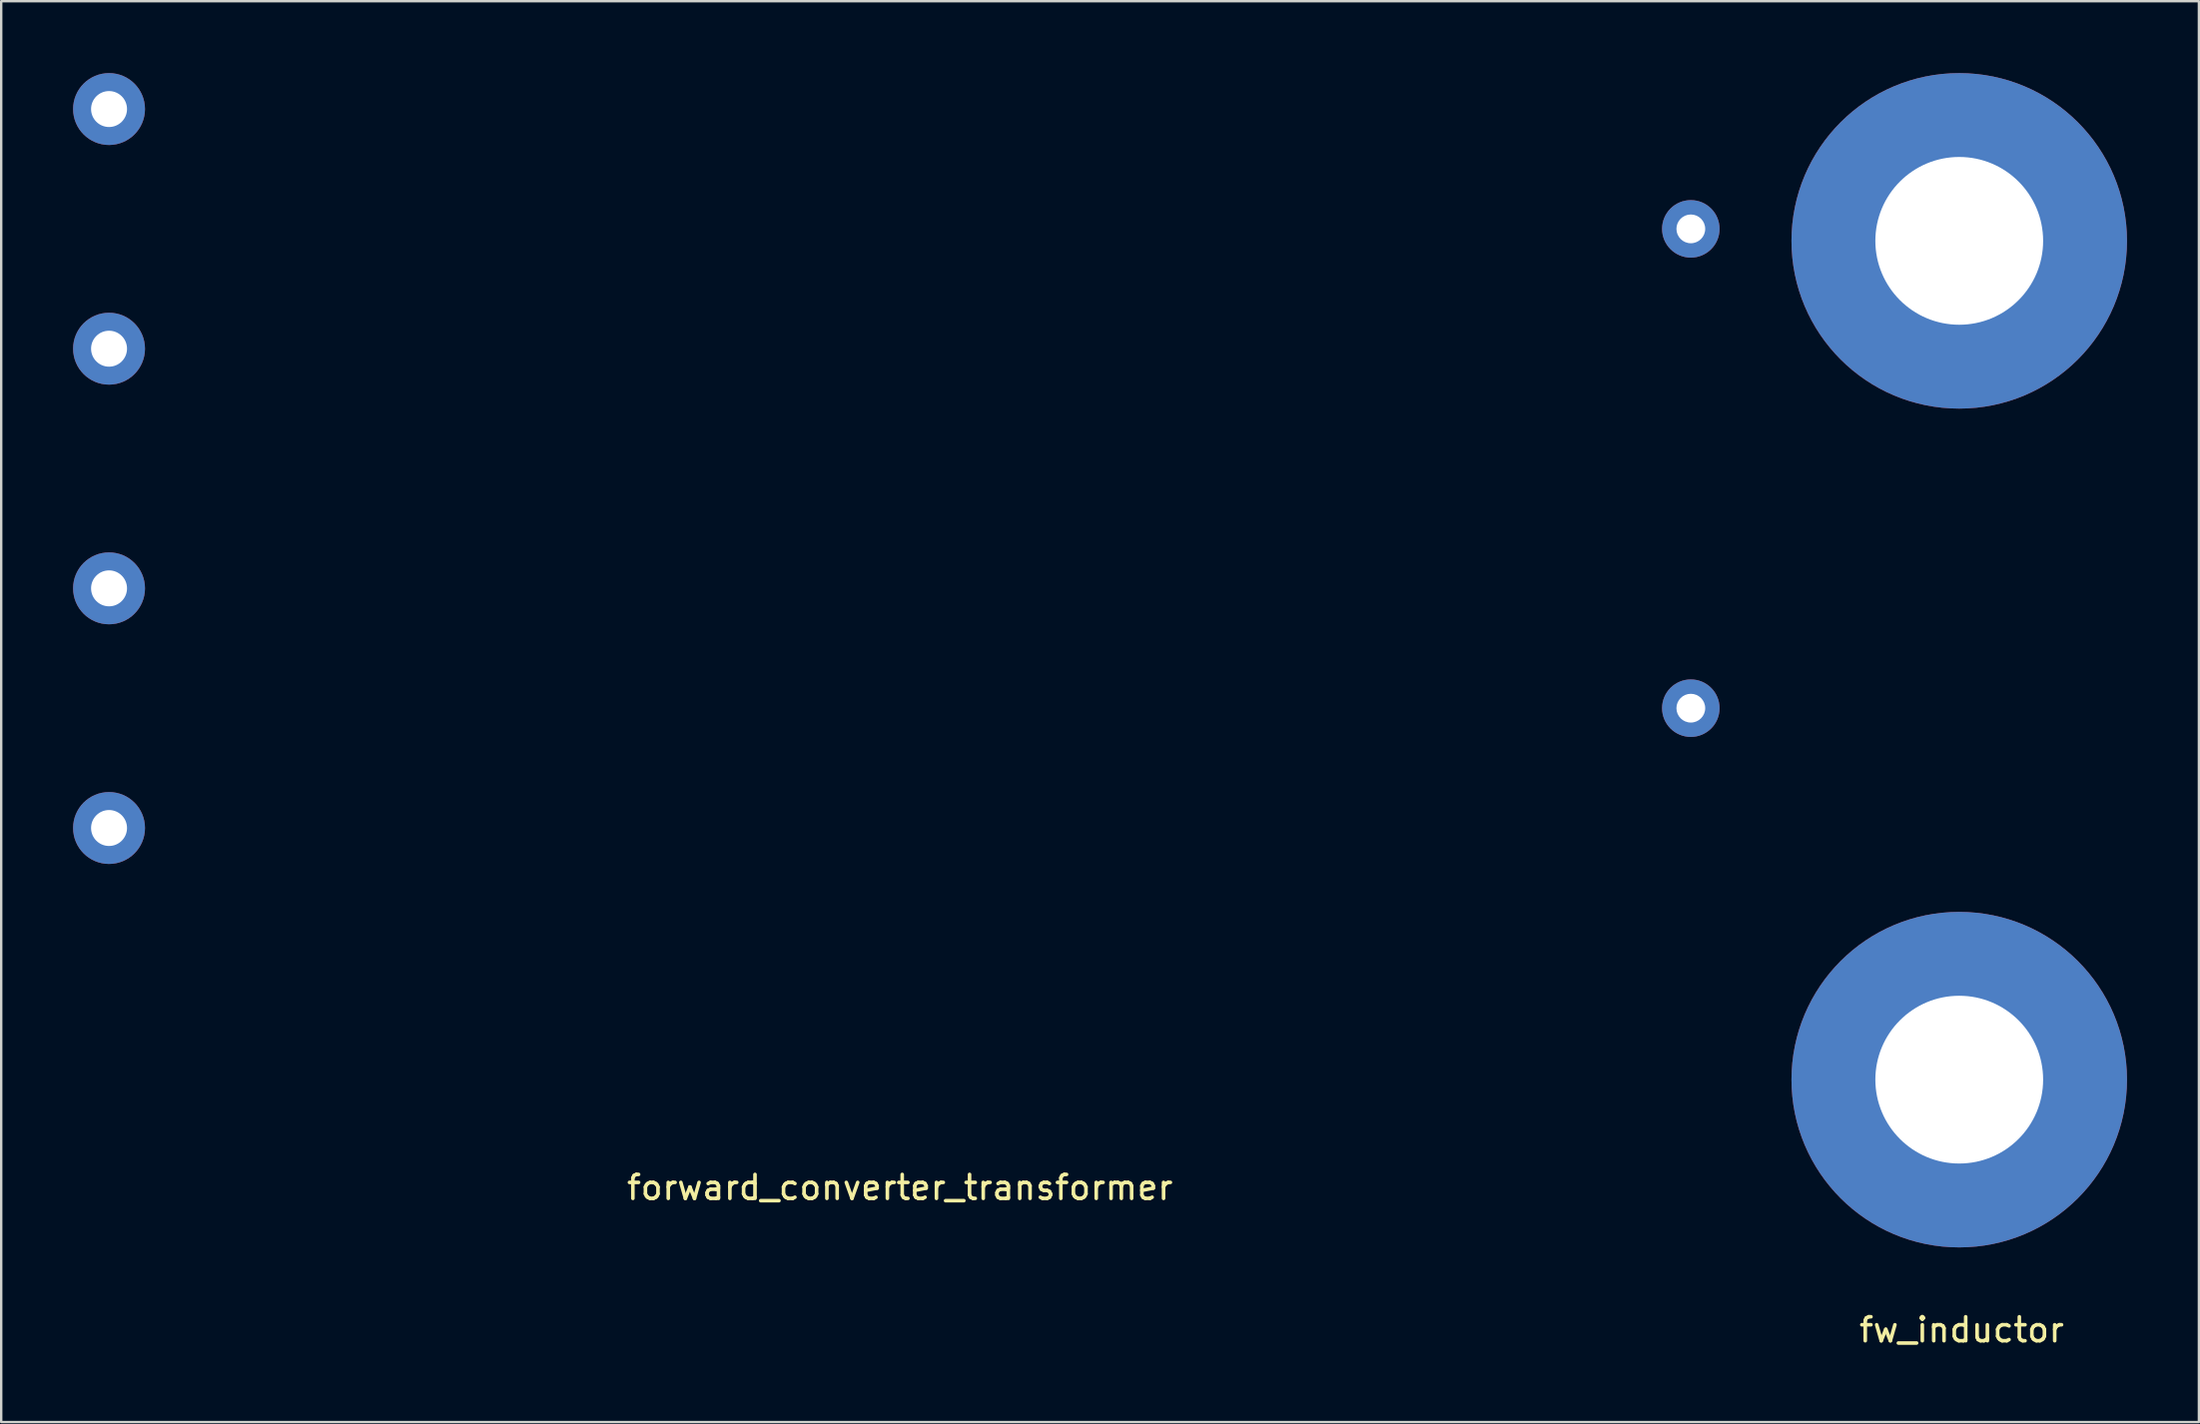
<source format=kicad_pcb>
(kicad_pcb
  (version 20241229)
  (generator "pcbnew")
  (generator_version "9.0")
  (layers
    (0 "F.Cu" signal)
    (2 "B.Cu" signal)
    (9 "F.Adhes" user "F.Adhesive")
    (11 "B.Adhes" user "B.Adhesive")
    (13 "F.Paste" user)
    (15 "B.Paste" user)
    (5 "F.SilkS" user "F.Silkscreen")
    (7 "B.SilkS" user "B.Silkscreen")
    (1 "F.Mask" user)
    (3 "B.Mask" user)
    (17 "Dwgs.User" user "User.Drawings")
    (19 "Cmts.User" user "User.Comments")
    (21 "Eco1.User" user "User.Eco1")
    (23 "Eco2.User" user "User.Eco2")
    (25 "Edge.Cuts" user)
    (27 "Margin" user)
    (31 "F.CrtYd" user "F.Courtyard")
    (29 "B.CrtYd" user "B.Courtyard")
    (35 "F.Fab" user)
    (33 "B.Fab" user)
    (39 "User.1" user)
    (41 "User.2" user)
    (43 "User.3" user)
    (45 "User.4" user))
  (footprint "forward_converter_transformer"
    (layer "F.Cu")
    (at 34.5 16.5)
    (property "Reference" "forward_converter_transformer" (at 0 30 0) (layer "F.SilkS") (effects (font (size 1 1) (thickness 0.15))))
    (attr through_hole)
    (pad "1" thru_hole circle (at -33 -15) (size 3 3) (drill 1.5) (layers "*.Cu" "*.Mask"))
    (pad "2" thru_hole circle (at -33 -5) (size 3 3) (drill 1.5) (layers "*.Cu" "*.Mask"))
    (pad "3" thru_hole circle (at -33 5) (size 3 3) (drill 1.5) (layers "*.Cu" "*.Mask"))
    (pad "4" thru_hole circle (at -33 15) (size 3 3) (drill 1.5) (layers "*.Cu" "*.Mask"))
    (pad "5" thru_hole circle (at 33 -10) (size 2.4 2.4) (drill 1.2) (layers "*.Cu" "*.Mask"))
    (pad "6" thru_hole circle (at 33 10) (size 2.4 2.4) (drill 1.2) (layers "*.Cu" "*.Mask")))
  (footprint "fw_inductor"
    (layer "F.Cu")
    (at 78.7 24.5)
    (property "Reference" "fw_inductor" (at 0.102 27.94 0) (layer "F.SilkS") (effects (font (size 1 1) (thickness 0.15))))
    (attr through_hole)
    (pad "1" thru_hole circle (at 0 -17.5) (size 14 14) (drill 7) (layers "*.Cu" "*.Mask"))
    (pad "2" thru_hole circle (at 0 17.5) (size 14 14) (drill 7) (layers "*.Cu" "*.Mask")))
  (gr_rect
    (start -3 -3)
    (end 88.7 56.288)
    (stroke (width 0.1) (type default))
    (fill no)
    (layer "Edge.Cuts")))
</source>
